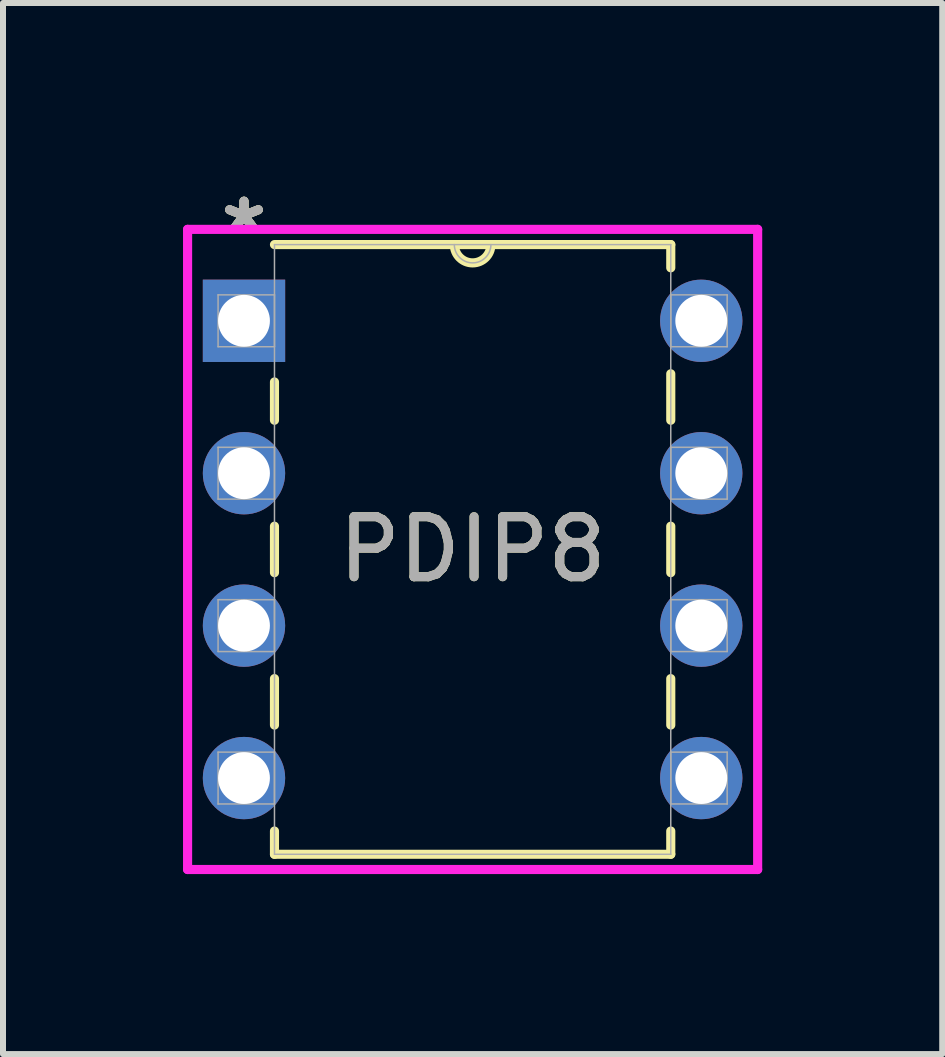
<source format=kicad_pcb>
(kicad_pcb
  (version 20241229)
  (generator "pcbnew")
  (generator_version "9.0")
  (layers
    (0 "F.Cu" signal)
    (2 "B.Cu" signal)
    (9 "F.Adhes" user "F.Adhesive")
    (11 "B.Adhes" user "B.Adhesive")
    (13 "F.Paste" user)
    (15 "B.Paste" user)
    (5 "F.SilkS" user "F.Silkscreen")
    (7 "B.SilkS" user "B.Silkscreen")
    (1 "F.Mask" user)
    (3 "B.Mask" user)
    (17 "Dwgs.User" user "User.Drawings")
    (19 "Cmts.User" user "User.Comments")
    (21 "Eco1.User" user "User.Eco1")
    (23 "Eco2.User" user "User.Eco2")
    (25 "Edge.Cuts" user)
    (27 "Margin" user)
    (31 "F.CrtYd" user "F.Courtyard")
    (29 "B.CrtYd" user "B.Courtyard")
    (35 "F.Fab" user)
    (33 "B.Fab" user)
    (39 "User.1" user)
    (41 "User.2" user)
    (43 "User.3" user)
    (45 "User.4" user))
  (footprint "PDIP8"
    (layer "F.Cu")
    (at 8.636 9.916)
    (property "Reference" "PDIP8" (at -3.81 -3.81 0) (unlocked yes) (layer "F.SilkS") (effects (font (size 1 1) (thickness 0.15))))
    (attr through_hole)
    (fp_line (start -7.112 -6.601) (end -7.112 -5.963) (stroke (width 0.152) (type solid)) (layer "F.SilkS"))
    (fp_line (start -7.112 -4.197) (end -7.112 -3.423) (stroke (width 0.152) (type solid)) (layer "F.SilkS"))
    (fp_line (start -7.112 -1.657) (end -7.112 -0.883) (stroke (width 0.152) (type solid)) (layer "F.SilkS"))
    (fp_line (start -7.112 0.883) (end -7.112 1.27) (stroke (width 0.152) (type solid)) (layer "F.SilkS"))
    (fp_line (start -7.112 1.27) (end -0.508 1.27) (stroke (width 0.152) (type solid)) (layer "F.SilkS"))
    (fp_line (start -0.508 -8.89) (end -7.112 -8.89) (stroke (width 0.152) (type solid)) (layer "F.SilkS"))
    (fp_line (start -0.508 -8.503) (end -0.508 -8.89) (stroke (width 0.152) (type solid)) (layer "F.SilkS"))
    (fp_line (start -0.508 -5.963) (end -0.508 -6.737) (stroke (width 0.152) (type solid)) (layer "F.SilkS"))
    (fp_line (start -0.508 -3.423) (end -0.508 -4.197) (stroke (width 0.152) (type solid)) (layer "F.SilkS"))
    (fp_line (start -0.508 -0.883) (end -0.508 -1.657) (stroke (width 0.152) (type solid)) (layer "F.SilkS"))
    (fp_line (start -0.508 1.27) (end -0.508 0.883) (stroke (width 0.152) (type solid)) (layer "F.SilkS"))
    (fp_arc (start -3.5052 -8.89) (mid -3.81 -8.5852) (end -4.1148 -8.89) (stroke (width 0.1524) (type solid)) (layer "F.SilkS"))
    (fp_line (start -8.56 -9.144) (end -8.56 1.524) (stroke (width 0.152) (type solid)) (layer "F.CrtYd"))
    (fp_line (start -8.56 1.524) (end 0.94 1.524) (stroke (width 0.152) (type solid)) (layer "F.CrtYd"))
    (fp_line (start 0.94 -9.144) (end -8.56 -9.144) (stroke (width 0.152) (type solid)) (layer "F.CrtYd"))
    (fp_line (start 0.94 1.524) (end 0.94 -9.144) (stroke (width 0.152) (type solid)) (layer "F.CrtYd"))
    (fp_line (start -8.052 -8.052) (end -8.052 -7.188) (stroke (width 0.025) (type solid)) (layer "F.Fab"))
    (fp_line (start -8.052 -7.188) (end -7.112 -7.188) (stroke (width 0.025) (type solid)) (layer "F.Fab"))
    (fp_line (start -8.052 -5.512) (end -8.052 -4.648) (stroke (width 0.025) (type solid)) (layer "F.Fab"))
    (fp_line (start -8.052 -4.648) (end -7.112 -4.648) (stroke (width 0.025) (type solid)) (layer "F.Fab"))
    (fp_line (start -8.052 -2.972) (end -8.052 -2.108) (stroke (width 0.025) (type solid)) (layer "F.Fab"))
    (fp_line (start -8.052 -2.108) (end -7.112 -2.108) (stroke (width 0.025) (type solid)) (layer "F.Fab"))
    (fp_line (start -8.052 -0.432) (end -8.052 0.432) (stroke (width 0.025) (type solid)) (layer "F.Fab"))
    (fp_line (start -8.052 0.432) (end -7.112 0.432) (stroke (width 0.025) (type solid)) (layer "F.Fab"))
    (fp_line (start -7.112 -8.89) (end -7.112 1.27) (stroke (width 0.025) (type solid)) (layer "F.Fab"))
    (fp_line (start -7.112 -8.052) (end -8.052 -8.052) (stroke (width 0.025) (type solid)) (layer "F.Fab"))
    (fp_line (start -7.112 -7.188) (end -7.112 -8.052) (stroke (width 0.025) (type solid)) (layer "F.Fab"))
    (fp_line (start -7.112 -5.512) (end -8.052 -5.512) (stroke (width 0.025) (type solid)) (layer "F.Fab"))
    (fp_line (start -7.112 -4.648) (end -7.112 -5.512) (stroke (width 0.025) (type solid)) (layer "F.Fab"))
    (fp_line (start -7.112 -2.972) (end -8.052 -2.972) (stroke (width 0.025) (type solid)) (layer "F.Fab"))
    (fp_line (start -7.112 -2.108) (end -7.112 -2.972) (stroke (width 0.025) (type solid)) (layer "F.Fab"))
    (fp_line (start -7.112 -0.432) (end -8.052 -0.432) (stroke (width 0.025) (type solid)) (layer "F.Fab"))
    (fp_line (start -7.112 0.432) (end -7.112 -0.432) (stroke (width 0.025) (type solid)) (layer "F.Fab"))
    (fp_line (start -7.112 1.27) (end -0.508 1.27) (stroke (width 0.025) (type solid)) (layer "F.Fab"))
    (fp_line (start -0.508 -8.89) (end -7.112 -8.89) (stroke (width 0.025) (type solid)) (layer "F.Fab"))
    (fp_line (start -0.508 -8.052) (end -0.508 -7.188) (stroke (width 0.025) (type solid)) (layer "F.Fab"))
    (fp_line (start -0.508 -7.188) (end 0.432 -7.188) (stroke (width 0.025) (type solid)) (layer "F.Fab"))
    (fp_line (start -0.508 -5.512) (end -0.508 -4.648) (stroke (width 0.025) (type solid)) (layer "F.Fab"))
    (fp_line (start -0.508 -4.648) (end 0.432 -4.648) (stroke (width 0.025) (type solid)) (layer "F.Fab"))
    (fp_line (start -0.508 -2.972) (end -0.508 -2.108) (stroke (width 0.025) (type solid)) (layer "F.Fab"))
    (fp_line (start -0.508 -2.108) (end 0.432 -2.108) (stroke (width 0.025) (type solid)) (layer "F.Fab"))
    (fp_line (start -0.508 -0.432) (end -0.508 0.432) (stroke (width 0.025) (type solid)) (layer "F.Fab"))
    (fp_line (start -0.508 0.432) (end 0.432 0.432) (stroke (width 0.025) (type solid)) (layer "F.Fab"))
    (fp_line (start -0.508 1.27) (end -0.508 -8.89) (stroke (width 0.025) (type solid)) (layer "F.Fab"))
    (fp_line (start 0.432 -8.052) (end -0.508 -8.052) (stroke (width 0.025) (type solid)) (layer "F.Fab"))
    (fp_line (start 0.432 -7.188) (end 0.432 -8.052) (stroke (width 0.025) (type solid)) (layer "F.Fab"))
    (fp_line (start 0.432 -5.512) (end -0.508 -5.512) (stroke (width 0.025) (type solid)) (layer "F.Fab"))
    (fp_line (start 0.432 -4.648) (end 0.432 -5.512) (stroke (width 0.025) (type solid)) (layer "F.Fab"))
    (fp_line (start 0.432 -2.972) (end -0.508 -2.972) (stroke (width 0.025) (type solid)) (layer "F.Fab"))
    (fp_line (start 0.432 -2.108) (end 0.432 -2.972) (stroke (width 0.025) (type solid)) (layer "F.Fab"))
    (fp_line (start 0.432 -0.432) (end -0.508 -0.432) (stroke (width 0.025) (type solid)) (layer "F.Fab"))
    (fp_line (start 0.432 0.432) (end 0.432 -0.432) (stroke (width 0.025) (type solid)) (layer "F.Fab"))
    (fp_arc (start -3.5052 -8.89) (mid -3.81 -8.5852) (end -4.1148 -8.89) (stroke (width 0.0254) (type solid)) (layer "F.Fab"))
    (fp_text user "*" (at -7.62 -9.068 0) (layer "F.SilkS") (effects (font (size 1 1) (thickness 0.15))))
    (fp_text user "*" (at -7.62 -9.068 0) (unlocked yes) (layer "F.SilkS") (effects (font (size 1 1) (thickness 0.15))))
    (fp_text user "${REFERENCE}" (at -3.81 -3.81 0) (unlocked yes) (layer "F.Fab") (effects (font (size 1 1) (thickness 0.15))))
    (fp_text user "*" (at -7.62 -9.068 0) (unlocked yes) (layer "F.Fab") (effects (font (size 1 1) (thickness 0.15))))
    (fp_text user "*" (at -7.62 -9.068 0) (layer "F.Fab") (effects (font (size 1 1) (thickness 0.15))))
    (pad "1" thru_hole rect (at -7.62 -7.62) (size 1.372 1.372) (drill 0.864) (layers "*.Cu" "*.Mask"))
    (pad "2" thru_hole circle (at -7.62 -5.08) (size 1.372 1.372) (drill 0.864) (layers "*.Cu" "*.Mask"))
    (pad "3" thru_hole circle (at -7.62 -2.54) (size 1.372 1.372) (drill 0.864) (layers "*.Cu" "*.Mask"))
    (pad "4" thru_hole circle (at -7.62 0) (size 1.372 1.372) (drill 0.864) (layers "*.Cu" "*.Mask"))
    (pad "5" thru_hole circle (at 0 0) (size 1.372 1.372) (drill 0.864) (layers "*.Cu" "*.Mask"))
    (pad "6" thru_hole circle (at 0 -2.54) (size 1.372 1.372) (drill 0.864) (layers "*.Cu" "*.Mask"))
    (pad "7" thru_hole circle (at 0 -5.08) (size 1.372 1.372) (drill 0.864) (layers "*.Cu" "*.Mask"))
    (pad "8" thru_hole circle (at 0 -7.62) (size 1.372 1.372) (drill 0.864) (layers "*.Cu" "*.Mask")))
  (gr_rect
    (start -3 -3)
    (end 12.652 14.516)
    (stroke (width 0.1) (type default))
    (fill no)
    (layer "Edge.Cuts")))
</source>
